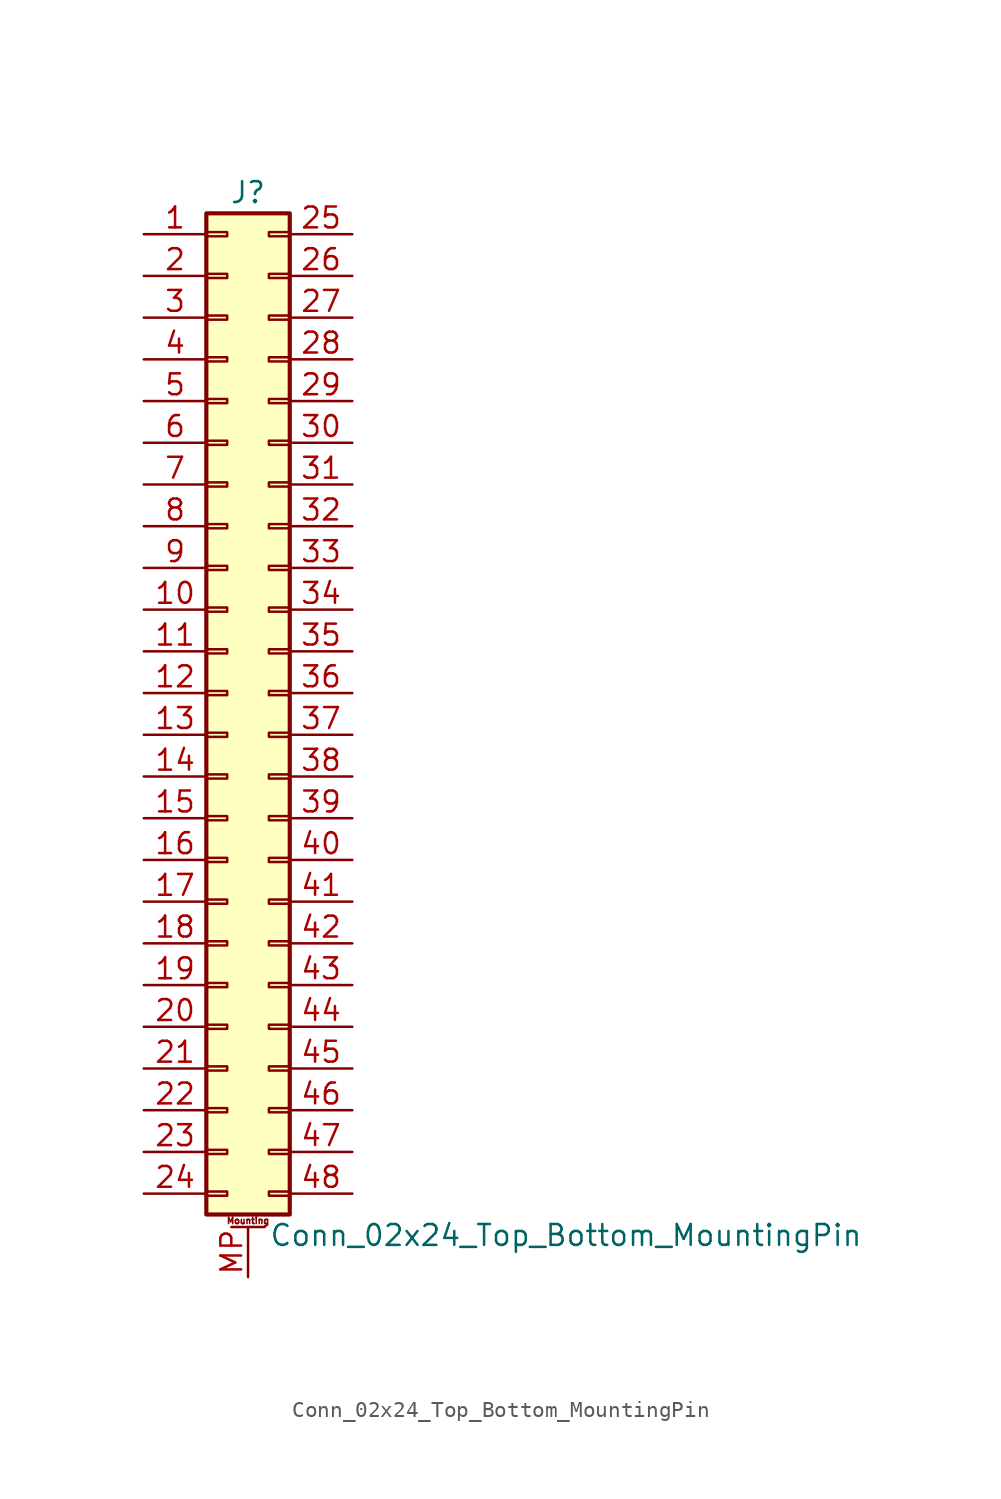
<source format=kicad_sym>
(kicad_symbol_lib
  (version 20201005)
  (generator kicad_symbol_editor)
  (symbol "Conn_02x24_Top_Bottom_MountingPin"
    (pin_names
      (offset 1.016) hide)
    (property "Reference" "J"
      (at 1.27 30.48 0)
      (effects (font (size 1.27 1.27))))
    (property "Value" "Conn_02x24_Top_Bottom_MountingPin"
      (at 2.54 -33.02 0)
      (effects (font (size 1.27 1.27)) (justify left)))
    (symbol "Conn_02x24_Top_Bottom_MountingPin_1_1"
      (text "Mounting" (at 1.27 -32.131 0) (effects (font (size 0.381 0.381))))
      (rectangle (start -1.27 -30.353) (end 0 -30.607) (stroke (width 0.152)) (fill (type none)))
      (rectangle (start -1.27 -27.813) (end 0 -28.067) (stroke (width 0.152)) (fill (type none)))
      (rectangle (start -1.27 -25.273) (end 0 -25.527) (stroke (width 0.152)) (fill (type none)))
      (rectangle (start -1.27 -22.733) (end 0 -22.987) (stroke (width 0.152)) (fill (type none)))
      (rectangle (start -1.27 -20.193) (end 0 -20.447) (stroke (width 0.152)) (fill (type none)))
      (rectangle (start -1.27 -17.653) (end 0 -17.907) (stroke (width 0.152)) (fill (type none)))
      (rectangle (start -1.27 -15.113) (end 0 -15.367) (stroke (width 0.152)) (fill (type none)))
      (rectangle (start -1.27 -12.573) (end 0 -12.827) (stroke (width 0.152)) (fill (type none)))
      (rectangle (start -1.27 -10.033) (end 0 -10.287) (stroke (width 0.152)) (fill (type none)))
      (rectangle (start -1.27 -7.493) (end 0 -7.747) (stroke (width 0.152)) (fill (type none)))
      (rectangle (start -1.27 -4.953) (end 0 -5.207) (stroke (width 0.152)) (fill (type none)))
      (rectangle (start -1.27 -2.413) (end 0 -2.667) (stroke (width 0.152)) (fill (type none)))
      (rectangle (start -1.27 0.127) (end 0 -0.127) (stroke (width 0.152)) (fill (type none)))
      (rectangle (start -1.27 2.667) (end 0 2.413) (stroke (width 0.152)) (fill (type none)))
      (rectangle (start -1.27 5.207) (end 0 4.953) (stroke (width 0.152)) (fill (type none)))
      (rectangle (start -1.27 7.747) (end 0 7.493) (stroke (width 0.152)) (fill (type none)))
      (rectangle (start -1.27 10.287) (end 0 10.033) (stroke (width 0.152)) (fill (type none)))
      (rectangle (start -1.27 12.827) (end 0 12.573) (stroke (width 0.152)) (fill (type none)))
      (rectangle (start -1.27 15.367) (end 0 15.113) (stroke (width 0.152)) (fill (type none)))
      (rectangle (start -1.27 17.907) (end 0 17.653) (stroke (width 0.152)) (fill (type none)))
      (rectangle (start -1.27 20.447) (end 0 20.193) (stroke (width 0.152)) (fill (type none)))
      (rectangle (start -1.27 22.987) (end 0 22.733) (stroke (width 0.152)) (fill (type none)))
      (rectangle (start -1.27 25.527) (end 0 25.273) (stroke (width 0.152)) (fill (type none)))
      (rectangle (start -1.27 28.067) (end 0 27.813) (stroke (width 0.152)) (fill (type none)))
      (rectangle (start -1.27 29.21) (end 3.81 -31.75) (stroke (width 0.254)) (fill (type background)))
      (rectangle (start 3.81 -30.353) (end 2.54 -30.607) (stroke (width 0.152)) (fill (type none)))
      (rectangle (start 3.81 -27.813) (end 2.54 -28.067) (stroke (width 0.152)) (fill (type none)))
      (rectangle (start 3.81 -25.273) (end 2.54 -25.527) (stroke (width 0.152)) (fill (type none)))
      (rectangle (start 3.81 -22.733) (end 2.54 -22.987) (stroke (width 0.152)) (fill (type none)))
      (rectangle (start 3.81 -20.193) (end 2.54 -20.447) (stroke (width 0.152)) (fill (type none)))
      (rectangle (start 3.81 -17.653) (end 2.54 -17.907) (stroke (width 0.152)) (fill (type none)))
      (rectangle (start 3.81 -15.113) (end 2.54 -15.367) (stroke (width 0.152)) (fill (type none)))
      (rectangle (start 3.81 -12.573) (end 2.54 -12.827) (stroke (width 0.152)) (fill (type none)))
      (rectangle (start 3.81 -10.033) (end 2.54 -10.287) (stroke (width 0.152)) (fill (type none)))
      (rectangle (start 3.81 -7.493) (end 2.54 -7.747) (stroke (width 0.152)) (fill (type none)))
      (rectangle (start 3.81 -4.953) (end 2.54 -5.207) (stroke (width 0.152)) (fill (type none)))
      (rectangle (start 3.81 -2.413) (end 2.54 -2.667) (stroke (width 0.152)) (fill (type none)))
      (rectangle (start 3.81 0.127) (end 2.54 -0.127) (stroke (width 0.152)) (fill (type none)))
      (rectangle (start 3.81 2.667) (end 2.54 2.413) (stroke (width 0.152)) (fill (type none)))
      (rectangle (start 3.81 5.207) (end 2.54 4.953) (stroke (width 0.152)) (fill (type none)))
      (rectangle (start 3.81 7.747) (end 2.54 7.493) (stroke (width 0.152)) (fill (type none)))
      (rectangle (start 3.81 10.287) (end 2.54 10.033) (stroke (width 0.152)) (fill (type none)))
      (rectangle (start 3.81 12.827) (end 2.54 12.573) (stroke (width 0.152)) (fill (type none)))
      (rectangle (start 3.81 15.367) (end 2.54 15.113) (stroke (width 0.152)) (fill (type none)))
      (rectangle (start 3.81 17.907) (end 2.54 17.653) (stroke (width 0.152)) (fill (type none)))
      (rectangle (start 3.81 20.447) (end 2.54 20.193) (stroke (width 0.152)) (fill (type none)))
      (rectangle (start 3.81 22.987) (end 2.54 22.733) (stroke (width 0.152)) (fill (type none)))
      (rectangle (start 3.81 25.527) (end 2.54 25.273) (stroke (width 0.152)) (fill (type none)))
      (rectangle (start 3.81 28.067) (end 2.54 27.813) (stroke (width 0.152)) (fill (type none)))
      (polyline (pts (xy 0.254 -32.512) (xy 2.286 -32.512)) (stroke (width 0.152)) (fill (type none)))
      (pin passive line (at -5.08 27.94 0) (length 3.81) (name "Pin_1" (effects (font (size 1.27 1.27)))) (number "1" (effects (font (size 1.27 1.27)))))
      (pin passive line (at -5.08 5.08 0) (length 3.81) (name "Pin_10" (effects (font (size 1.27 1.27)))) (number "10" (effects (font (size 1.27 1.27)))))
      (pin passive line (at -5.08 2.54 0) (length 3.81) (name "Pin_11" (effects (font (size 1.27 1.27)))) (number "11" (effects (font (size 1.27 1.27)))))
      (pin passive line (at -5.08 0 0) (length 3.81) (name "Pin_12" (effects (font (size 1.27 1.27)))) (number "12" (effects (font (size 1.27 1.27)))))
      (pin passive line (at -5.08 -2.54 0) (length 3.81) (name "Pin_13" (effects (font (size 1.27 1.27)))) (number "13" (effects (font (size 1.27 1.27)))))
      (pin passive line (at -5.08 -5.08 0) (length 3.81) (name "Pin_14" (effects (font (size 1.27 1.27)))) (number "14" (effects (font (size 1.27 1.27)))))
      (pin passive line (at -5.08 -7.62 0) (length 3.81) (name "Pin_15" (effects (font (size 1.27 1.27)))) (number "15" (effects (font (size 1.27 1.27)))))
      (pin passive line (at -5.08 -10.16 0) (length 3.81) (name "Pin_16" (effects (font (size 1.27 1.27)))) (number "16" (effects (font (size 1.27 1.27)))))
      (pin passive line (at -5.08 -12.7 0) (length 3.81) (name "Pin_17" (effects (font (size 1.27 1.27)))) (number "17" (effects (font (size 1.27 1.27)))))
      (pin passive line (at -5.08 -15.24 0) (length 3.81) (name "Pin_18" (effects (font (size 1.27 1.27)))) (number "18" (effects (font (size 1.27 1.27)))))
      (pin passive line (at -5.08 -17.78 0) (length 3.81) (name "Pin_19" (effects (font (size 1.27 1.27)))) (number "19" (effects (font (size 1.27 1.27)))))
      (pin passive line (at -5.08 25.4 0) (length 3.81) (name "Pin_2" (effects (font (size 1.27 1.27)))) (number "2" (effects (font (size 1.27 1.27)))))
      (pin passive line (at -5.08 -20.32 0) (length 3.81) (name "Pin_20" (effects (font (size 1.27 1.27)))) (number "20" (effects (font (size 1.27 1.27)))))
      (pin passive line (at -5.08 -22.86 0) (length 3.81) (name "Pin_21" (effects (font (size 1.27 1.27)))) (number "21" (effects (font (size 1.27 1.27)))))
      (pin passive line (at -5.08 -25.4 0) (length 3.81) (name "Pin_22" (effects (font (size 1.27 1.27)))) (number "22" (effects (font (size 1.27 1.27)))))
      (pin passive line (at -5.08 -27.94 0) (length 3.81) (name "Pin_23" (effects (font (size 1.27 1.27)))) (number "23" (effects (font (size 1.27 1.27)))))
      (pin passive line (at -5.08 -30.48 0) (length 3.81) (name "Pin_24" (effects (font (size 1.27 1.27)))) (number "24" (effects (font (size 1.27 1.27)))))
      (pin passive line (at 7.62 27.94 180) (length 3.81) (name "Pin_25" (effects (font (size 1.27 1.27)))) (number "25" (effects (font (size 1.27 1.27)))))
      (pin passive line (at 7.62 25.4 180) (length 3.81) (name "Pin_26" (effects (font (size 1.27 1.27)))) (number "26" (effects (font (size 1.27 1.27)))))
      (pin passive line (at 7.62 22.86 180) (length 3.81) (name "Pin_27" (effects (font (size 1.27 1.27)))) (number "27" (effects (font (size 1.27 1.27)))))
      (pin passive line (at 7.62 20.32 180) (length 3.81) (name "Pin_28" (effects (font (size 1.27 1.27)))) (number "28" (effects (font (size 1.27 1.27)))))
      (pin passive line (at 7.62 17.78 180) (length 3.81) (name "Pin_29" (effects (font (size 1.27 1.27)))) (number "29" (effects (font (size 1.27 1.27)))))
      (pin passive line (at -5.08 22.86 0) (length 3.81) (name "Pin_3" (effects (font (size 1.27 1.27)))) (number "3" (effects (font (size 1.27 1.27)))))
      (pin passive line (at 7.62 15.24 180) (length 3.81) (name "Pin_30" (effects (font (size 1.27 1.27)))) (number "30" (effects (font (size 1.27 1.27)))))
      (pin passive line (at 7.62 12.7 180) (length 3.81) (name "Pin_31" (effects (font (size 1.27 1.27)))) (number "31" (effects (font (size 1.27 1.27)))))
      (pin passive line (at 7.62 10.16 180) (length 3.81) (name "Pin_32" (effects (font (size 1.27 1.27)))) (number "32" (effects (font (size 1.27 1.27)))))
      (pin passive line (at 7.62 7.62 180) (length 3.81) (name "Pin_33" (effects (font (size 1.27 1.27)))) (number "33" (effects (font (size 1.27 1.27)))))
      (pin passive line (at 7.62 5.08 180) (length 3.81) (name "Pin_34" (effects (font (size 1.27 1.27)))) (number "34" (effects (font (size 1.27 1.27)))))
      (pin passive line (at 7.62 2.54 180) (length 3.81) (name "Pin_35" (effects (font (size 1.27 1.27)))) (number "35" (effects (font (size 1.27 1.27)))))
      (pin passive line (at 7.62 0 180) (length 3.81) (name "Pin_36" (effects (font (size 1.27 1.27)))) (number "36" (effects (font (size 1.27 1.27)))))
      (pin passive line (at 7.62 -2.54 180) (length 3.81) (name "Pin_37" (effects (font (size 1.27 1.27)))) (number "37" (effects (font (size 1.27 1.27)))))
      (pin passive line (at 7.62 -5.08 180) (length 3.81) (name "Pin_38" (effects (font (size 1.27 1.27)))) (number "38" (effects (font (size 1.27 1.27)))))
      (pin passive line (at 7.62 -7.62 180) (length 3.81) (name "Pin_39" (effects (font (size 1.27 1.27)))) (number "39" (effects (font (size 1.27 1.27)))))
      (pin passive line (at -5.08 20.32 0) (length 3.81) (name "Pin_4" (effects (font (size 1.27 1.27)))) (number "4" (effects (font (size 1.27 1.27)))))
      (pin passive line (at 7.62 -10.16 180) (length 3.81) (name "Pin_40" (effects (font (size 1.27 1.27)))) (number "40" (effects (font (size 1.27 1.27)))))
      (pin passive line (at 7.62 -12.7 180) (length 3.81) (name "Pin_41" (effects (font (size 1.27 1.27)))) (number "41" (effects (font (size 1.27 1.27)))))
      (pin passive line (at 7.62 -15.24 180) (length 3.81) (name "Pin_42" (effects (font (size 1.27 1.27)))) (number "42" (effects (font (size 1.27 1.27)))))
      (pin passive line (at 7.62 -17.78 180) (length 3.81) (name "Pin_43" (effects (font (size 1.27 1.27)))) (number "43" (effects (font (size 1.27 1.27)))))
      (pin passive line (at 7.62 -20.32 180) (length 3.81) (name "Pin_44" (effects (font (size 1.27 1.27)))) (number "44" (effects (font (size 1.27 1.27)))))
      (pin passive line (at 7.62 -22.86 180) (length 3.81) (name "Pin_45" (effects (font (size 1.27 1.27)))) (number "45" (effects (font (size 1.27 1.27)))))
      (pin passive line (at 7.62 -25.4 180) (length 3.81) (name "Pin_46" (effects (font (size 1.27 1.27)))) (number "46" (effects (font (size 1.27 1.27)))))
      (pin passive line (at 7.62 -27.94 180) (length 3.81) (name "Pin_47" (effects (font (size 1.27 1.27)))) (number "47" (effects (font (size 1.27 1.27)))))
      (pin passive line (at 7.62 -30.48 180) (length 3.81) (name "Pin_48" (effects (font (size 1.27 1.27)))) (number "48" (effects (font (size 1.27 1.27)))))
      (pin passive line (at -5.08 17.78 0) (length 3.81) (name "Pin_5" (effects (font (size 1.27 1.27)))) (number "5" (effects (font (size 1.27 1.27)))))
      (pin passive line (at -5.08 15.24 0) (length 3.81) (name "Pin_6" (effects (font (size 1.27 1.27)))) (number "6" (effects (font (size 1.27 1.27)))))
      (pin passive line (at -5.08 12.7 0) (length 3.81) (name "Pin_7" (effects (font (size 1.27 1.27)))) (number "7" (effects (font (size 1.27 1.27)))))
      (pin passive line (at -5.08 10.16 0) (length 3.81) (name "Pin_8" (effects (font (size 1.27 1.27)))) (number "8" (effects (font (size 1.27 1.27)))))
      (pin passive line (at -5.08 7.62 0) (length 3.81) (name "Pin_9" (effects (font (size 1.27 1.27)))) (number "9" (effects (font (size 1.27 1.27)))))
      (pin passive line (at 1.27 -35.56 90) (length 3.048) (name "MountPin" (effects (font (size 1.27 1.27)))) (number "MP" (effects (font (size 1.27 1.27))))))))
</source>
